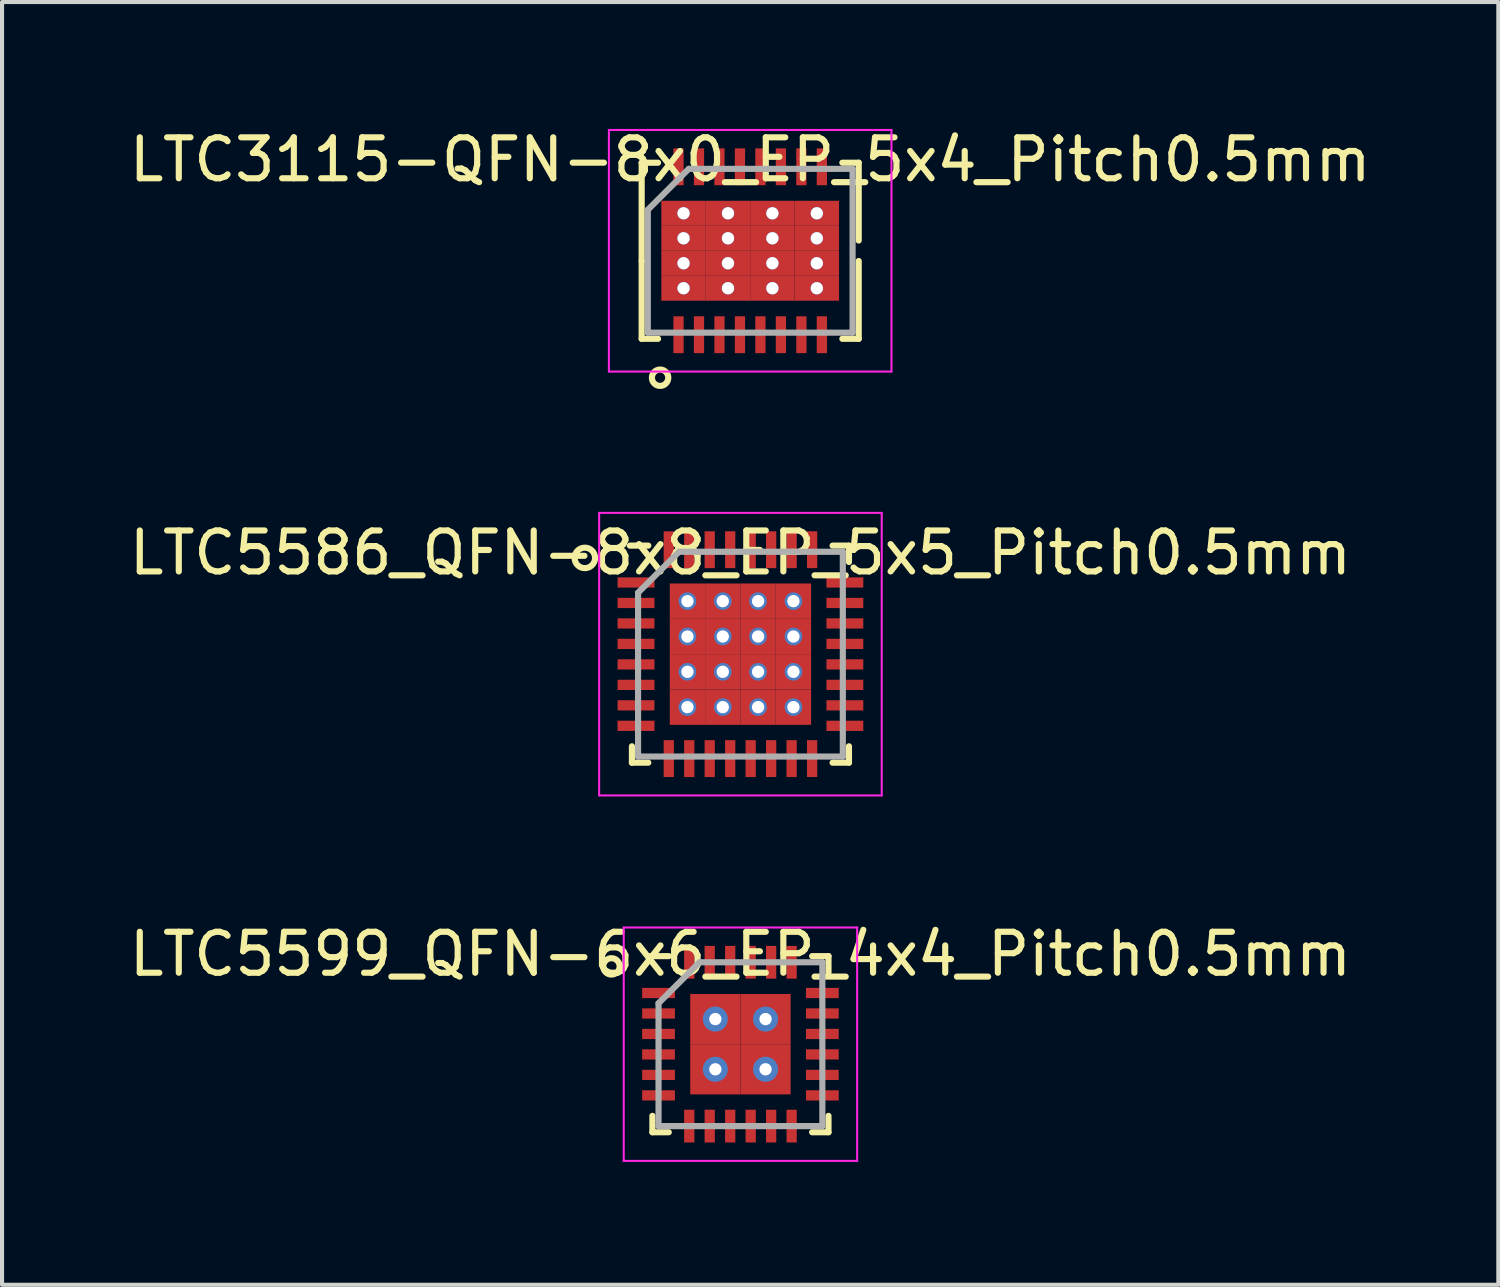
<source format=kicad_pcb>
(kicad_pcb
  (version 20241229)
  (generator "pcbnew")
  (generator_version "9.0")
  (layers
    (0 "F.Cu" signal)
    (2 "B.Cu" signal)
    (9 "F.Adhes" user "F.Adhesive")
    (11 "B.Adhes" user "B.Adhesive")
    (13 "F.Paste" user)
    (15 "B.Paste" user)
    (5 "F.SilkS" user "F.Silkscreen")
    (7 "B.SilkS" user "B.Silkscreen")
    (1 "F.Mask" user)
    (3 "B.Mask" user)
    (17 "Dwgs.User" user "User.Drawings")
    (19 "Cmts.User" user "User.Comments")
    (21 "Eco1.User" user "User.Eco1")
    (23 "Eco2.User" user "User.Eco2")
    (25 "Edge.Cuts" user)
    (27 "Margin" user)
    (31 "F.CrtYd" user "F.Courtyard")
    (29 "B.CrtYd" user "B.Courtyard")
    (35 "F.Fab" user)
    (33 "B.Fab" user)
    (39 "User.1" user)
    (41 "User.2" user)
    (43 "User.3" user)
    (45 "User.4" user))
  (footprint "LTC5586_QFN-8x8_EP_5x5_Pitch0.5mm"
    (layer "F.Cu")
    (at 15.03 12.923)
    (property "Reference" "LTC5586_QFN-8x8_EP_5x5_Pitch0.5mm" (at 0 -2.475 0) (layer "F.SilkS") (effects (font (size 1 1) (thickness 0.15))))
    (attr smd)
    (fp_line (start -2.65 2.65) (end -2.65 2.25) (stroke (width 0.15) (type solid)) (layer "F.SilkS"))
    (fp_line (start -2.25 -2.65) (end -2.7 -2.65) (stroke (width 0.15) (type solid)) (layer "F.SilkS"))
    (fp_line (start -2.25 2.65) (end -2.65 2.65) (stroke (width 0.15) (type solid)) (layer "F.SilkS"))
    (fp_line (start 2.25 -2.65) (end 2.65 -2.65) (stroke (width 0.15) (type solid)) (layer "F.SilkS"))
    (fp_line (start 2.25 2.65) (end 2.65 2.65) (stroke (width 0.15) (type solid)) (layer "F.SilkS"))
    (fp_line (start 2.65 -2.65) (end 2.65 -2.25) (stroke (width 0.15) (type solid)) (layer "F.SilkS"))
    (fp_line (start 2.65 2.65) (end 2.65 2.25) (stroke (width 0.15) (type solid)) (layer "F.SilkS"))
    (fp_circle (center -3.8 -2.35) (end -3.8 -2.1) (stroke (width 0.15) (type solid)) (fill no) (layer "F.SilkS"))
    (fp_line (start -3.45 -3.45) (end 3.45 -3.45) (stroke (width 0.05) (type solid)) (layer "F.CrtYd"))
    (fp_line (start -3.45 3.45) (end -3.45 -3.45) (stroke (width 0.05) (type solid)) (layer "F.CrtYd"))
    (fp_line (start 3.45 -3.45) (end 3.45 3.45) (stroke (width 0.05) (type solid)) (layer "F.CrtYd"))
    (fp_line (start 3.45 3.45) (end -3.45 3.45) (stroke (width 0.05) (type solid)) (layer "F.CrtYd"))
    (fp_line (start -2.5 -1.5) (end -2.5 2.5) (stroke (width 0.15) (type solid)) (layer "F.Fab"))
    (fp_line (start -2.5 2.5) (end 2.5 2.5) (stroke (width 0.15) (type solid)) (layer "F.Fab"))
    (fp_line (start -1.5 -2.5) (end -2.5 -1.5) (stroke (width 0.15) (type solid)) (layer "F.Fab"))
    (fp_line (start 2.5 -2.5) (end -1.5 -2.5) (stroke (width 0.15) (type solid)) (layer "F.Fab"))
    (fp_line (start 2.5 2.5) (end 2.5 -2.5) (stroke (width 0.15) (type solid)) (layer "F.Fab"))
    (pad "1" smd rect (at -2.55 -1.75 90) (size 0.25 0.9) (layers "F.Cu" "F.Mask" "F.Paste"))
    (pad "2" smd rect (at -2.55 -1.25 90) (size 0.25 0.9) (layers "F.Cu" "F.Mask" "F.Paste"))
    (pad "3" smd rect (at -2.55 -0.75 90) (size 0.25 0.9) (layers "F.Cu" "F.Mask" "F.Paste"))
    (pad "4" smd rect (at -2.55 -0.25 90) (size 0.25 0.9) (layers "F.Cu" "F.Mask" "F.Paste"))
    (pad "5" smd rect (at -2.55 0.25 90) (size 0.25 0.9) (layers "F.Cu" "F.Mask" "F.Paste"))
    (pad "6" smd rect (at -2.55 0.75 90) (size 0.25 0.9) (layers "F.Cu" "F.Mask" "F.Paste"))
    (pad "7" smd rect (at -2.55 1.25 90) (size 0.25 0.9) (layers "F.Cu" "F.Mask" "F.Paste"))
    (pad "8" smd rect (at -2.55 1.75 90) (size 0.25 0.9) (layers "F.Cu" "F.Mask" "F.Paste"))
    (pad "9" smd rect (at -1.75 2.55) (size 0.25 0.9) (layers "F.Cu" "F.Mask" "F.Paste"))
    (pad "10" smd rect (at -1.25 2.55) (size 0.25 0.9) (layers "F.Cu" "F.Mask" "F.Paste"))
    (pad "11" smd rect (at -0.75 2.55) (size 0.25 0.9) (layers "F.Cu" "F.Mask" "F.Paste"))
    (pad "12" smd rect (at -0.25 2.55) (size 0.25 0.9) (layers "F.Cu" "F.Mask" "F.Paste"))
    (pad "13" smd rect (at 0.25 2.55) (size 0.25 0.9) (layers "F.Cu" "F.Mask" "F.Paste"))
    (pad "14" smd rect (at 0.75 2.55) (size 0.25 0.9) (layers "F.Cu" "F.Mask" "F.Paste"))
    (pad "15" smd rect (at 1.25 2.55) (size 0.25 0.9) (layers "F.Cu" "F.Mask" "F.Paste"))
    (pad "16" smd rect (at 1.75 2.55) (size 0.25 0.9) (layers "F.Cu" "F.Mask" "F.Paste"))
    (pad "17" smd rect (at 2.55 1.75 90) (size 0.25 0.9) (layers "F.Cu" "F.Mask" "F.Paste"))
    (pad "18" smd rect (at 2.55 1.25 90) (size 0.25 0.9) (layers "F.Cu" "F.Mask" "F.Paste"))
    (pad "19" smd rect (at 2.55 0.75 90) (size 0.25 0.9) (layers "F.Cu" "F.Mask" "F.Paste"))
    (pad "20" smd rect (at 2.55 0.25 90) (size 0.25 0.9) (layers "F.Cu" "F.Mask" "F.Paste"))
    (pad "21" smd rect (at 2.55 -0.25 90) (size 0.25 0.9) (layers "F.Cu" "F.Mask" "F.Paste"))
    (pad "22" smd rect (at 2.55 -0.75 90) (size 0.25 0.9) (layers "F.Cu" "F.Mask" "F.Paste"))
    (pad "23" smd rect (at 2.55 -1.25 90) (size 0.25 0.9) (layers "F.Cu" "F.Mask" "F.Paste"))
    (pad "24" smd rect (at 2.55 -1.75 90) (size 0.25 0.9) (layers "F.Cu" "F.Mask" "F.Paste"))
    (pad "25" smd rect (at 1.75 -2.55) (size 0.25 0.9) (layers "F.Cu" "F.Mask" "F.Paste"))
    (pad "26" smd rect (at 1.25 -2.55) (size 0.25 0.9) (layers "F.Cu" "F.Mask" "F.Paste"))
    (pad "27" smd rect (at 0.75 -2.55) (size 0.25 0.9) (layers "F.Cu" "F.Mask" "F.Paste"))
    (pad "28" smd rect (at 0.25 -2.55) (size 0.25 0.9) (layers "F.Cu" "F.Mask" "F.Paste"))
    (pad "29" smd rect (at -0.25 -2.55) (size 0.25 0.9) (layers "F.Cu" "F.Mask" "F.Paste"))
    (pad "30" smd rect (at -0.75 -2.55) (size 0.25 0.9) (layers "F.Cu" "F.Mask" "F.Paste"))
    (pad "31" smd rect (at -1.25 -2.55) (size 0.25 0.9) (layers "F.Cu" "F.Mask" "F.Paste"))
    (pad "32" smd rect (at -1.75 -2.55) (size 0.25 0.9) (layers "F.Cu" "F.Mask" "F.Paste"))
    (pad "33" thru_hole circle (at -1.294 -1.294) (size 0.431 0.431) (drill 0.3) (layers "*.Cu" "*.Mask"))
    (pad "33" smd rect (at -1.294 -1.294) (size 0.863 0.863) (layers "F.Cu" "F.Mask" "F.Paste"))
    (pad "33" thru_hole circle (at -1.294 -0.431) (size 0.431 0.431) (drill 0.3) (layers "*.Cu" "*.Mask"))
    (pad "33" smd rect (at -1.294 -0.431) (size 0.863 0.863) (layers "F.Cu" "F.Mask" "F.Paste"))
    (pad "33" thru_hole circle (at -1.294 0.431) (size 0.431 0.431) (drill 0.3) (layers "*.Cu" "*.Mask"))
    (pad "33" smd rect (at -1.294 0.431) (size 0.863 0.863) (layers "F.Cu" "F.Mask" "F.Paste"))
    (pad "33" thru_hole circle (at -1.294 1.294) (size 0.431 0.431) (drill 0.3) (layers "*.Cu" "*.Mask"))
    (pad "33" smd rect (at -1.294 1.294) (size 0.863 0.863) (layers "F.Cu" "F.Mask" "F.Paste"))
    (pad "33" thru_hole circle (at -0.431 -1.294) (size 0.431 0.431) (drill 0.3) (layers "*.Cu" "*.Mask"))
    (pad "33" smd rect (at -0.431 -1.294) (size 0.863 0.863) (layers "F.Cu" "F.Mask" "F.Paste"))
    (pad "33" thru_hole circle (at -0.431 -0.431) (size 0.431 0.431) (drill 0.3) (layers "*.Cu" "*.Mask"))
    (pad "33" smd rect (at -0.431 -0.431) (size 0.863 0.863) (layers "F.Cu" "F.Mask" "F.Paste"))
    (pad "33" thru_hole circle (at -0.431 0.431) (size 0.431 0.431) (drill 0.3) (layers "*.Cu" "*.Mask"))
    (pad "33" smd rect (at -0.431 0.431) (size 0.863 0.863) (layers "F.Cu" "F.Mask" "F.Paste"))
    (pad "33" thru_hole circle (at -0.431 1.294) (size 0.431 0.431) (drill 0.3) (layers "*.Cu" "*.Mask"))
    (pad "33" smd rect (at -0.431 1.294) (size 0.863 0.863) (layers "F.Cu" "F.Mask" "F.Paste"))
    (pad "33" thru_hole circle (at 0.431 -1.294) (size 0.431 0.431) (drill 0.3) (layers "*.Cu" "*.Mask"))
    (pad "33" smd rect (at 0.431 -1.294) (size 0.863 0.863) (layers "F.Cu" "F.Mask" "F.Paste"))
    (pad "33" thru_hole circle (at 0.431 -0.431) (size 0.431 0.431) (drill 0.3) (layers "*.Cu" "*.Mask"))
    (pad "33" smd rect (at 0.431 -0.431) (size 0.863 0.863) (layers "F.Cu" "F.Mask" "F.Paste"))
    (pad "33" thru_hole circle (at 0.431 0.431) (size 0.431 0.431) (drill 0.3) (layers "*.Cu" "*.Mask"))
    (pad "33" smd rect (at 0.431 0.431) (size 0.863 0.863) (layers "F.Cu" "F.Mask" "F.Paste"))
    (pad "33" thru_hole circle (at 0.431 1.294) (size 0.431 0.431) (drill 0.3) (layers "*.Cu" "*.Mask"))
    (pad "33" smd rect (at 0.431 1.294) (size 0.863 0.863) (layers "F.Cu" "F.Mask" "F.Paste"))
    (pad "33" thru_hole circle (at 1.294 -1.294) (size 0.431 0.431) (drill 0.3) (layers "*.Cu" "*.Mask"))
    (pad "33" smd rect (at 1.294 -1.294) (size 0.863 0.863) (layers "F.Cu" "F.Mask" "F.Paste"))
    (pad "33" thru_hole circle (at 1.294 -0.431) (size 0.431 0.431) (drill 0.3) (layers "*.Cu" "*.Mask"))
    (pad "33" smd rect (at 1.294 -0.431) (size 0.863 0.863) (layers "F.Cu" "F.Mask" "F.Paste"))
    (pad "33" thru_hole circle (at 1.294 0.431) (size 0.431 0.431) (drill 0.3) (layers "*.Cu" "*.Mask"))
    (pad "33" smd rect (at 1.294 0.431) (size 0.863 0.863) (layers "F.Cu" "F.Mask" "F.Paste"))
    (pad "33" thru_hole circle (at 1.294 1.294) (size 0.431 0.431) (drill 0.3) (layers "*.Cu" "*.Mask"))
    (pad "33" smd rect (at 1.294 1.294) (size 0.863 0.863) (layers "F.Cu" "F.Mask" "F.Paste")))
  (footprint "LTC5599_QFN-6x6_EP_4x4_Pitch0.5mm"
    (layer "F.Cu")
    (at 15.03 22.447)
    (property "Reference" "LTC5599_QFN-6x6_EP_4x4_Pitch0.5mm" (at 0 -2.2 0) (layer "F.SilkS") (effects (font (size 1 1) (thickness 0.15))))
    (attr smd)
    (fp_line (start -2.15 2.15) (end -2.15 1.75) (stroke (width 0.15) (type solid)) (layer "F.SilkS"))
    (fp_line (start -1.75 -2.15) (end -2.2 -2.15) (stroke (width 0.15) (type solid)) (layer "F.SilkS"))
    (fp_line (start -1.75 2.15) (end -2.15 2.15) (stroke (width 0.15) (type solid)) (layer "F.SilkS"))
    (fp_line (start 1.75 -2.15) (end 2.15 -2.15) (stroke (width 0.15) (type solid)) (layer "F.SilkS"))
    (fp_line (start 1.75 2.15) (end 2.15 2.15) (stroke (width 0.15) (type solid)) (layer "F.SilkS"))
    (fp_line (start 2.15 -2.15) (end 2.15 -1.75) (stroke (width 0.15) (type solid)) (layer "F.SilkS"))
    (fp_line (start 2.15 2.15) (end 2.15 1.75) (stroke (width 0.15) (type solid)) (layer "F.SilkS"))
    (fp_circle (center -3.15 -1.9) (end -3.15 -1.7) (stroke (width 0.15) (type solid)) (fill no) (layer "F.SilkS"))
    (fp_line (start -2.85 -2.85) (end 2.85 -2.85) (stroke (width 0.05) (type solid)) (layer "F.CrtYd"))
    (fp_line (start -2.85 2.85) (end -2.85 -2.85) (stroke (width 0.05) (type solid)) (layer "F.CrtYd"))
    (fp_line (start 2.85 -2.85) (end 2.85 2.85) (stroke (width 0.05) (type solid)) (layer "F.CrtYd"))
    (fp_line (start 2.85 2.85) (end -2.85 2.85) (stroke (width 0.05) (type solid)) (layer "F.CrtYd"))
    (fp_line (start -2 -1) (end -2 2) (stroke (width 0.15) (type solid)) (layer "F.Fab"))
    (fp_line (start -2 2) (end 2 2) (stroke (width 0.15) (type solid)) (layer "F.Fab"))
    (fp_line (start -1 -2) (end -2 -1) (stroke (width 0.15) (type solid)) (layer "F.Fab"))
    (fp_line (start 2 -2) (end -1 -2) (stroke (width 0.15) (type solid)) (layer "F.Fab"))
    (fp_line (start 2 2) (end 2 -2) (stroke (width 0.15) (type solid)) (layer "F.Fab"))
    (pad "1" smd rect (at -2 -1.25 90) (size 0.25 0.8) (layers "F.Cu" "F.Mask" "F.Paste"))
    (pad "2" smd rect (at -2 -0.75 90) (size 0.25 0.8) (layers "F.Cu" "F.Mask" "F.Paste"))
    (pad "3" smd rect (at -2 -0.25 90) (size 0.25 0.8) (layers "F.Cu" "F.Mask" "F.Paste"))
    (pad "4" smd rect (at -2 0.25 90) (size 0.25 0.8) (layers "F.Cu" "F.Mask" "F.Paste"))
    (pad "5" smd rect (at -2 0.75 90) (size 0.25 0.8) (layers "F.Cu" "F.Mask" "F.Paste"))
    (pad "6" smd rect (at -2 1.25 90) (size 0.25 0.8) (layers "F.Cu" "F.Mask" "F.Paste"))
    (pad "7" smd rect (at -1.25 2) (size 0.25 0.8) (layers "F.Cu" "F.Mask" "F.Paste"))
    (pad "8" smd rect (at -0.75 2) (size 0.25 0.8) (layers "F.Cu" "F.Mask" "F.Paste"))
    (pad "9" smd rect (at -0.25 2) (size 0.25 0.8) (layers "F.Cu" "F.Mask" "F.Paste"))
    (pad "10" smd rect (at 0.25 2) (size 0.25 0.8) (layers "F.Cu" "F.Mask" "F.Paste"))
    (pad "11" smd rect (at 0.75 2) (size 0.25 0.8) (layers "F.Cu" "F.Mask" "F.Paste"))
    (pad "12" smd rect (at 1.25 2) (size 0.25 0.8) (layers "F.Cu" "F.Mask" "F.Paste"))
    (pad "13" smd rect (at 2 1.25 90) (size 0.25 0.8) (layers "F.Cu" "F.Mask" "F.Paste"))
    (pad "14" smd rect (at 2 0.75 90) (size 0.25 0.8) (layers "F.Cu" "F.Mask" "F.Paste"))
    (pad "15" smd rect (at 2 0.25 90) (size 0.25 0.8) (layers "F.Cu" "F.Mask" "F.Paste"))
    (pad "16" smd rect (at 2 -0.25 90) (size 0.25 0.8) (layers "F.Cu" "F.Mask" "F.Paste"))
    (pad "17" smd rect (at 2 -0.75 90) (size 0.25 0.8) (layers "F.Cu" "F.Mask" "F.Paste"))
    (pad "18" smd rect (at 2 -1.25 90) (size 0.25 0.8) (layers "F.Cu" "F.Mask" "F.Paste"))
    (pad "19" smd rect (at 1.25 -2) (size 0.25 0.8) (layers "F.Cu" "F.Mask" "F.Paste"))
    (pad "20" smd rect (at 0.75 -2) (size 0.25 0.8) (layers "F.Cu" "F.Mask" "F.Paste"))
    (pad "21" smd rect (at 0.25 -2) (size 0.25 0.8) (layers "F.Cu" "F.Mask" "F.Paste"))
    (pad "22" smd rect (at -0.25 -2) (size 0.25 0.8) (layers "F.Cu" "F.Mask" "F.Paste"))
    (pad "23" smd rect (at -0.75 -2) (size 0.25 0.8) (layers "F.Cu" "F.Mask" "F.Paste"))
    (pad "24" smd rect (at -1.25 -2) (size 0.25 0.8) (layers "F.Cu" "F.Mask" "F.Paste"))
    (pad "25" thru_hole circle (at -0.613 -0.613) (size 0.613 0.613) (drill 0.3) (layers "*.Cu" "*.Mask"))
    (pad "25" smd rect (at -0.613 -0.613) (size 1.225 1.225) (layers "F.Cu" "F.Mask" "F.Paste"))
    (pad "25" thru_hole circle (at -0.613 0.613) (size 0.613 0.613) (drill 0.3) (layers "*.Cu" "*.Mask"))
    (pad "25" smd rect (at -0.613 0.613) (size 1.225 1.225) (layers "F.Cu" "F.Mask" "F.Paste"))
    (pad "25" thru_hole circle (at 0.613 -0.613) (size 0.613 0.613) (drill 0.3) (layers "*.Cu" "*.Mask"))
    (pad "25" smd rect (at 0.613 -0.613) (size 1.225 1.225) (layers "F.Cu" "F.Mask" "F.Paste"))
    (pad "25" thru_hole circle (at 0.613 0.613) (size 0.613 0.613) (drill 0.3) (layers "*.Cu" "*.Mask"))
    (pad "25" smd rect (at 0.613 0.613) (size 1.225 1.225) (layers "F.Cu" "F.Mask" "F.Paste")))
  (footprint "LTC3115-QFN-8x0_EP_5x4_Pitch0.5mm"
    (layer "F.Cu")
    (at 15.268 3.073)
    (property "Reference" "LTC3115-QFN-8x0_EP_5x4_Pitch0.5mm" (at 0 -2.225 0) (layer "F.SilkS") (effects (font (size 1 1) (thickness 0.15))))
    (attr smd)
    (fp_line (start -2.65 0.25) (end -2.65 -2.15) (stroke (width 0.15) (type solid)) (layer "F.SilkS"))
    (fp_line (start -2.65 2.15) (end -2.65 0.25) (stroke (width 0.15) (type solid)) (layer "F.SilkS"))
    (fp_line (start -2.25 -2.15) (end -2.65 -2.15) (stroke (width 0.15) (type solid)) (layer "F.SilkS"))
    (fp_line (start -2.25 2.15) (end -2.65 2.15) (stroke (width 0.15) (type solid)) (layer "F.SilkS"))
    (fp_line (start 2.25 -2.15) (end 2.65 -2.15) (stroke (width 0.15) (type solid)) (layer "F.SilkS"))
    (fp_line (start 2.25 2.15) (end 2.65 2.15) (stroke (width 0.15) (type solid)) (layer "F.SilkS"))
    (fp_line (start 2.65 -2.15) (end 2.65 -0.25) (stroke (width 0.15) (type solid)) (layer "F.SilkS"))
    (fp_line (start 2.65 2.15) (end 2.65 0.25) (stroke (width 0.15) (type solid)) (layer "F.SilkS"))
    (fp_circle (center -2.2 3.1) (end -2.2 3.3) (stroke (width 0.15) (type solid)) (fill no) (layer "F.SilkS"))
    (fp_line (start -3.45 -2.95) (end 3.45 -2.95) (stroke (width 0.05) (type solid)) (layer "F.CrtYd"))
    (fp_line (start -3.45 2.95) (end -3.45 -2.95) (stroke (width 0.05) (type solid)) (layer "F.CrtYd"))
    (fp_line (start 3.45 -2.95) (end 3.45 2.95) (stroke (width 0.05) (type solid)) (layer "F.CrtYd"))
    (fp_line (start 3.45 2.95) (end -3.45 2.95) (stroke (width 0.05) (type solid)) (layer "F.CrtYd"))
    (fp_line (start -2.5 -1) (end -2.5 2) (stroke (width 0.15) (type solid)) (layer "F.Fab"))
    (fp_line (start -2.5 2) (end 2.5 2) (stroke (width 0.15) (type solid)) (layer "F.Fab"))
    (fp_line (start -1.5 -2) (end -2.5 -1) (stroke (width 0.15) (type solid)) (layer "F.Fab"))
    (fp_line (start 2.5 -2) (end -1.5 -2) (stroke (width 0.15) (type solid)) (layer "F.Fab"))
    (fp_line (start 2.5 2) (end 2.5 -2) (stroke (width 0.15) (type solid)) (layer "F.Fab"))
    (pad "1" smd rect (at -1.75 2.05) (size 0.25 0.9) (layers "F.Cu" "F.Mask" "F.Paste"))
    (pad "2" smd rect (at -1.25 2.05) (size 0.25 0.9) (layers "F.Cu" "F.Mask" "F.Paste"))
    (pad "3" smd rect (at -0.75 2.05) (size 0.25 0.9) (layers "F.Cu" "F.Mask" "F.Paste"))
    (pad "4" smd rect (at -0.25 2.05) (size 0.25 0.9) (layers "F.Cu" "F.Mask" "F.Paste"))
    (pad "5" smd rect (at 0.25 2.05) (size 0.25 0.9) (layers "F.Cu" "F.Mask" "F.Paste"))
    (pad "6" smd rect (at 0.75 2.05) (size 0.25 0.9) (layers "F.Cu" "F.Mask" "F.Paste"))
    (pad "7" smd rect (at 1.25 2.05) (size 0.25 0.9) (layers "F.Cu" "F.Mask" "F.Paste"))
    (pad "8" smd rect (at 1.75 2.05) (size 0.25 0.9) (layers "F.Cu" "F.Mask" "F.Paste"))
    (pad "9" smd rect (at 1.75 -2.05) (size 0.25 0.9) (layers "F.Cu" "F.Mask" "F.Paste"))
    (pad "10" smd rect (at 1.25 -2.05) (size 0.25 0.9) (layers "F.Cu" "F.Mask" "F.Paste"))
    (pad "11" smd rect (at 0.75 -2.05) (size 0.25 0.9) (layers "F.Cu" "F.Mask" "F.Paste"))
    (pad "12" smd rect (at 0.25 -2.05) (size 0.25 0.9) (layers "F.Cu" "F.Mask" "F.Paste"))
    (pad "13" smd rect (at -0.25 -2.05) (size 0.25 0.9) (layers "F.Cu" "F.Mask" "F.Paste"))
    (pad "14" smd rect (at -0.75 -2.05) (size 0.25 0.9) (layers "F.Cu" "F.Mask" "F.Paste"))
    (pad "15" smd rect (at -1.25 -2.05) (size 0.25 0.9) (layers "F.Cu" "F.Mask" "F.Paste"))
    (pad "16" smd rect (at -1.75 -2.05) (size 0.25 0.9) (layers "F.Cu" "F.Mask" "F.Paste"))
    (pad "17" thru_hole circle (at -1.627 -0.915) (size 0.305 0.305) (drill 0.3) (layers "*.Cu" "*.Mask"))
    (pad "17" smd rect (at -1.627 -0.915) (size 1.085 0.61) (layers "F.Cu" "F.Mask" "F.Paste"))
    (pad "17" thru_hole circle (at -1.627 -0.305) (size 0.305 0.305) (drill 0.3) (layers "*.Cu" "*.Mask"))
    (pad "17" smd rect (at -1.627 -0.305) (size 1.085 0.61) (layers "F.Cu" "F.Mask" "F.Paste"))
    (pad "17" thru_hole circle (at -1.627 0.305) (size 0.305 0.305) (drill 0.3) (layers "*.Cu" "*.Mask"))
    (pad "17" smd rect (at -1.627 0.305) (size 1.085 0.61) (layers "F.Cu" "F.Mask" "F.Paste"))
    (pad "17" thru_hole circle (at -1.627 0.915) (size 0.305 0.305) (drill 0.3) (layers "*.Cu" "*.Mask"))
    (pad "17" smd rect (at -1.627 0.915) (size 1.085 0.61) (layers "F.Cu" "F.Mask" "F.Paste"))
    (pad "17" thru_hole circle (at -0.542 -0.915) (size 0.305 0.305) (drill 0.3) (layers "*.Cu" "*.Mask"))
    (pad "17" smd rect (at -0.542 -0.915) (size 1.085 0.61) (layers "F.Cu" "F.Mask" "F.Paste"))
    (pad "17" thru_hole circle (at -0.542 -0.305) (size 0.305 0.305) (drill 0.3) (layers "*.Cu" "*.Mask"))
    (pad "17" smd rect (at -0.542 -0.305) (size 1.085 0.61) (layers "F.Cu" "F.Mask" "F.Paste"))
    (pad "17" thru_hole circle (at -0.542 0.305) (size 0.305 0.305) (drill 0.3) (layers "*.Cu" "*.Mask"))
    (pad "17" smd rect (at -0.542 0.305) (size 1.085 0.61) (layers "F.Cu" "F.Mask" "F.Paste"))
    (pad "17" thru_hole circle (at -0.542 0.915) (size 0.305 0.305) (drill 0.3) (layers "*.Cu" "*.Mask"))
    (pad "17" smd rect (at -0.542 0.915) (size 1.085 0.61) (layers "F.Cu" "F.Mask" "F.Paste"))
    (pad "17" thru_hole circle (at 0.542 -0.915) (size 0.305 0.305) (drill 0.3) (layers "*.Cu" "*.Mask"))
    (pad "17" smd rect (at 0.542 -0.915) (size 1.085 0.61) (layers "F.Cu" "F.Mask" "F.Paste"))
    (pad "17" thru_hole circle (at 0.542 -0.305) (size 0.305 0.305) (drill 0.3) (layers "*.Cu" "*.Mask"))
    (pad "17" smd rect (at 0.542 -0.305) (size 1.085 0.61) (layers "F.Cu" "F.Mask" "F.Paste"))
    (pad "17" thru_hole circle (at 0.542 0.305) (size 0.305 0.305) (drill 0.3) (layers "*.Cu" "*.Mask"))
    (pad "17" smd rect (at 0.542 0.305) (size 1.085 0.61) (layers "F.Cu" "F.Mask" "F.Paste"))
    (pad "17" thru_hole circle (at 0.542 0.915) (size 0.305 0.305) (drill 0.3) (layers "*.Cu" "*.Mask"))
    (pad "17" smd rect (at 0.542 0.915) (size 1.085 0.61) (layers "F.Cu" "F.Mask" "F.Paste"))
    (pad "17" thru_hole circle (at 1.627 -0.915) (size 0.305 0.305) (drill 0.3) (layers "*.Cu" "*.Mask"))
    (pad "17" smd rect (at 1.627 -0.915) (size 1.085 0.61) (layers "F.Cu" "F.Mask" "F.Paste"))
    (pad "17" thru_hole circle (at 1.627 -0.305) (size 0.305 0.305) (drill 0.3) (layers "*.Cu" "*.Mask"))
    (pad "17" smd rect (at 1.627 -0.305) (size 1.085 0.61) (layers "F.Cu" "F.Mask" "F.Paste"))
    (pad "17" thru_hole circle (at 1.627 0.305) (size 0.305 0.305) (drill 0.3) (layers "*.Cu" "*.Mask"))
    (pad "17" smd rect (at 1.627 0.305) (size 1.085 0.61) (layers "F.Cu" "F.Mask" "F.Paste"))
    (pad "17" thru_hole circle (at 1.627 0.915) (size 0.305 0.305) (drill 0.3) (layers "*.Cu" "*.Mask"))
    (pad "17" smd rect (at 1.627 0.915) (size 1.085 0.61) (layers "F.Cu" "F.Mask" "F.Paste")))
  (gr_rect
    (start -3 -3)
    (end 33.536 28.322)
    (stroke (width 0.1) (type default))
    (fill no)
    (layer "Edge.Cuts")))
</source>
